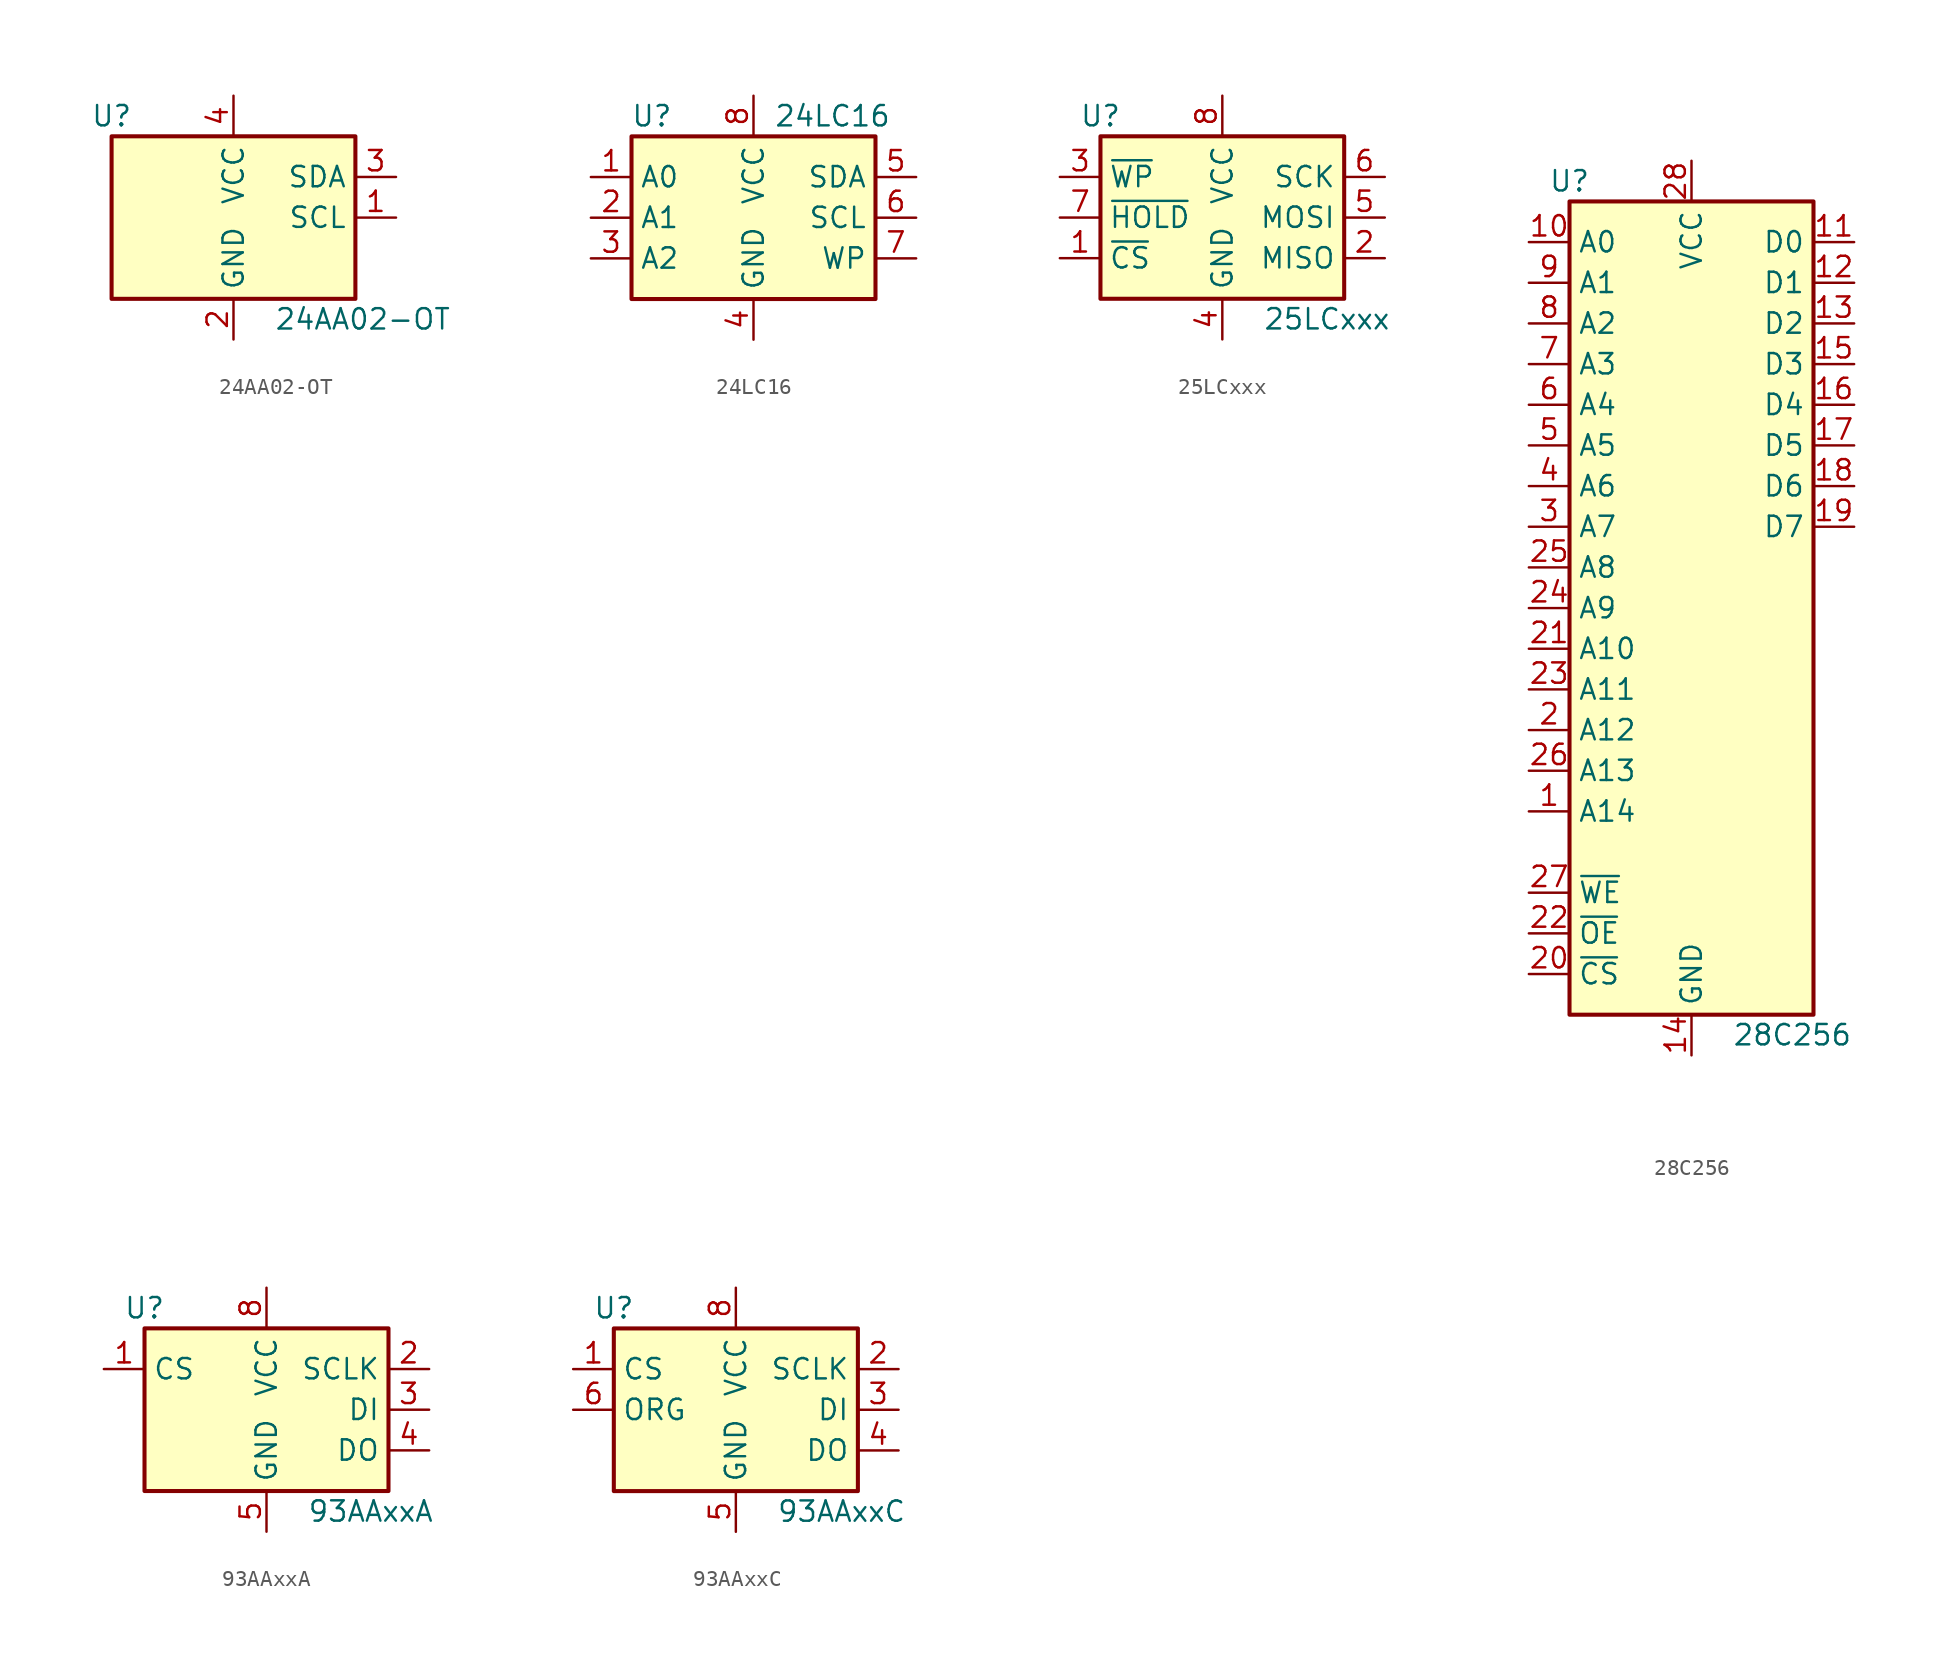
<source format=kicad_sym>
(kicad_symbol_lib
  (version 20200908)
  (generator kicad_symbol_editor)
  (symbol "Memory_EEPROM:24AA02-OT"
    (property "Reference" "U"
      (at -7.62 6.35 0)
      (effects (font (size 1.27 1.27))))
    (property "Value" "24AA02-OT"
      (at 2.54 -6.35 0)
      (effects (font (size 1.27 1.27)) (justify left)))
    (symbol "24AA02-OT_1_1"
      (rectangle (start -7.62 5.08) (end 7.62 -5.08) (stroke (width 0.254)) (fill (type background)))
      (pin input line (at 10.16 0 180) (length 2.54) (name "SCL" (effects (font (size 1.27 1.27)))) (number "1" (effects (font (size 1.27 1.27)))))
      (pin power_in line (at 0 -7.62 90) (length 2.54) (name "GND" (effects (font (size 1.27 1.27)))) (number "2" (effects (font (size 1.27 1.27)))))
      (pin bidirectional line (at 10.16 2.54 180) (length 2.54) (name "SDA" (effects (font (size 1.27 1.27)))) (number "3" (effects (font (size 1.27 1.27)))))
      (pin power_in line (at 0 7.62 270) (length 2.54) (name "VCC" (effects (font (size 1.27 1.27)))) (number "4" (effects (font (size 1.27 1.27)))))
      (pin unconnected line (at 7.62 -2.54 180) (length 2.54) hide (name "NC" (effects (font (size 1.27 1.27)))) (number "5" (effects (font (size 1.27 1.27)))))))
  (symbol "Memory_EEPROM:24LC16"
    (property "Reference" "U"
      (at -6.35 6.35 0)
      (effects (font (size 1.27 1.27))))
    (property "Value" "24LC16"
      (at 1.27 6.35 0)
      (effects (font (size 1.27 1.27)) (justify left)))
    (symbol "24LC16_1_1"
      (rectangle (start -7.62 5.08) (end 7.62 -5.08) (stroke (width 0.254)) (fill (type background)))
      (pin input line (at -10.16 2.54 0) (length 2.54) (name "A0" (effects (font (size 1.27 1.27)))) (number "1" (effects (font (size 1.27 1.27)))))
      (pin input line (at -10.16 0 0) (length 2.54) (name "A1" (effects (font (size 1.27 1.27)))) (number "2" (effects (font (size 1.27 1.27)))))
      (pin input line (at -10.16 -2.54 0) (length 2.54) (name "A2" (effects (font (size 1.27 1.27)))) (number "3" (effects (font (size 1.27 1.27)))))
      (pin power_in line (at 0 -7.62 90) (length 2.54) (name "GND" (effects (font (size 1.27 1.27)))) (number "4" (effects (font (size 1.27 1.27)))))
      (pin bidirectional line (at 10.16 2.54 180) (length 2.54) (name "SDA" (effects (font (size 1.27 1.27)))) (number "5" (effects (font (size 1.27 1.27)))))
      (pin input line (at 10.16 0 180) (length 2.54) (name "SCL" (effects (font (size 1.27 1.27)))) (number "6" (effects (font (size 1.27 1.27)))))
      (pin input line (at 10.16 -2.54 180) (length 2.54) (name "WP" (effects (font (size 1.27 1.27)))) (number "7" (effects (font (size 1.27 1.27)))))
      (pin power_in line (at 0 7.62 270) (length 2.54) (name "VCC" (effects (font (size 1.27 1.27)))) (number "8" (effects (font (size 1.27 1.27)))))))
  (symbol "Memory_EEPROM:25LCxxx"
    (property "Reference" "U"
      (at -7.62 6.35 0)
      (effects (font (size 1.27 1.27))))
    (property "Value" "25LCxxx"
      (at 2.54 -6.35 0)
      (effects (font (size 1.27 1.27)) (justify left)))
    (symbol "25LCxxx_1_1"
      (rectangle (start -7.62 5.08) (end 7.62 -5.08) (stroke (width 0.254)) (fill (type background)))
      (pin input line (at -10.16 -2.54 0) (length 2.54) (name "~CS" (effects (font (size 1.27 1.27)))) (number "1" (effects (font (size 1.27 1.27)))))
      (pin tri_state line (at 10.16 -2.54 180) (length 2.54) (name "MISO" (effects (font (size 1.27 1.27)))) (number "2" (effects (font (size 1.27 1.27)))))
      (pin input line (at -10.16 2.54 0) (length 2.54) (name "~WP" (effects (font (size 1.27 1.27)))) (number "3" (effects (font (size 1.27 1.27)))))
      (pin power_in line (at 0 -7.62 90) (length 2.54) (name "GND" (effects (font (size 1.27 1.27)))) (number "4" (effects (font (size 1.27 1.27)))))
      (pin input line (at 10.16 0 180) (length 2.54) (name "MOSI" (effects (font (size 1.27 1.27)))) (number "5" (effects (font (size 1.27 1.27)))))
      (pin input line (at 10.16 2.54 180) (length 2.54) (name "SCK" (effects (font (size 1.27 1.27)))) (number "6" (effects (font (size 1.27 1.27)))))
      (pin input line (at -10.16 0 0) (length 2.54) (name "~HOLD" (effects (font (size 1.27 1.27)))) (number "7" (effects (font (size 1.27 1.27)))))
      (pin power_in line (at 0 7.62 270) (length 2.54) (name "VCC" (effects (font (size 1.27 1.27)))) (number "8" (effects (font (size 1.27 1.27)))))))
  (symbol "Memory_EEPROM:28C256"
    (property "Reference" "U"
      (at -7.62 26.67 0)
      (effects (font (size 1.27 1.27))))
    (property "Value" "28C256"
      (at 2.54 -26.67 0)
      (effects (font (size 1.27 1.27)) (justify left)))
    (symbol "28C256_1_1"
      (rectangle (start -7.62 25.4) (end 7.62 -25.4) (stroke (width 0.254)) (fill (type background)))
      (pin input line (at -10.16 -12.7 0) (length 2.54) (name "A14" (effects (font (size 1.27 1.27)))) (number "1" (effects (font (size 1.27 1.27)))))
      (pin input line (at -10.16 22.86 0) (length 2.54) (name "A0" (effects (font (size 1.27 1.27)))) (number "10" (effects (font (size 1.27 1.27)))))
      (pin tri_state line (at 10.16 22.86 180) (length 2.54) (name "D0" (effects (font (size 1.27 1.27)))) (number "11" (effects (font (size 1.27 1.27)))))
      (pin tri_state line (at 10.16 20.32 180) (length 2.54) (name "D1" (effects (font (size 1.27 1.27)))) (number "12" (effects (font (size 1.27 1.27)))))
      (pin tri_state line (at 10.16 17.78 180) (length 2.54) (name "D2" (effects (font (size 1.27 1.27)))) (number "13" (effects (font (size 1.27 1.27)))))
      (pin power_in line (at 0 -27.94 90) (length 2.54) (name "GND" (effects (font (size 1.27 1.27)))) (number "14" (effects (font (size 1.27 1.27)))))
      (pin tri_state line (at 10.16 15.24 180) (length 2.54) (name "D3" (effects (font (size 1.27 1.27)))) (number "15" (effects (font (size 1.27 1.27)))))
      (pin tri_state line (at 10.16 12.7 180) (length 2.54) (name "D4" (effects (font (size 1.27 1.27)))) (number "16" (effects (font (size 1.27 1.27)))))
      (pin tri_state line (at 10.16 10.16 180) (length 2.54) (name "D5" (effects (font (size 1.27 1.27)))) (number "17" (effects (font (size 1.27 1.27)))))
      (pin tri_state line (at 10.16 7.62 180) (length 2.54) (name "D6" (effects (font (size 1.27 1.27)))) (number "18" (effects (font (size 1.27 1.27)))))
      (pin tri_state line (at 10.16 5.08 180) (length 2.54) (name "D7" (effects (font (size 1.27 1.27)))) (number "19" (effects (font (size 1.27 1.27)))))
      (pin input line (at -10.16 -7.62 0) (length 2.54) (name "A12" (effects (font (size 1.27 1.27)))) (number "2" (effects (font (size 1.27 1.27)))))
      (pin input line (at -10.16 -22.86 0) (length 2.54) (name "~CS" (effects (font (size 1.27 1.27)))) (number "20" (effects (font (size 1.27 1.27)))))
      (pin input line (at -10.16 -2.54 0) (length 2.54) (name "A10" (effects (font (size 1.27 1.27)))) (number "21" (effects (font (size 1.27 1.27)))))
      (pin input line (at -10.16 -20.32 0) (length 2.54) (name "~OE" (effects (font (size 1.27 1.27)))) (number "22" (effects (font (size 1.27 1.27)))))
      (pin input line (at -10.16 -5.08 0) (length 2.54) (name "A11" (effects (font (size 1.27 1.27)))) (number "23" (effects (font (size 1.27 1.27)))))
      (pin input line (at -10.16 0 0) (length 2.54) (name "A9" (effects (font (size 1.27 1.27)))) (number "24" (effects (font (size 1.27 1.27)))))
      (pin input line (at -10.16 2.54 0) (length 2.54) (name "A8" (effects (font (size 1.27 1.27)))) (number "25" (effects (font (size 1.27 1.27)))))
      (pin input line (at -10.16 -10.16 0) (length 2.54) (name "A13" (effects (font (size 1.27 1.27)))) (number "26" (effects (font (size 1.27 1.27)))))
      (pin input line (at -10.16 -17.78 0) (length 2.54) (name "~WE" (effects (font (size 1.27 1.27)))) (number "27" (effects (font (size 1.27 1.27)))))
      (pin power_in line (at 0 27.94 270) (length 2.54) (name "VCC" (effects (font (size 1.27 1.27)))) (number "28" (effects (font (size 1.27 1.27)))))
      (pin input line (at -10.16 5.08 0) (length 2.54) (name "A7" (effects (font (size 1.27 1.27)))) (number "3" (effects (font (size 1.27 1.27)))))
      (pin input line (at -10.16 7.62 0) (length 2.54) (name "A6" (effects (font (size 1.27 1.27)))) (number "4" (effects (font (size 1.27 1.27)))))
      (pin input line (at -10.16 10.16 0) (length 2.54) (name "A5" (effects (font (size 1.27 1.27)))) (number "5" (effects (font (size 1.27 1.27)))))
      (pin input line (at -10.16 12.7 0) (length 2.54) (name "A4" (effects (font (size 1.27 1.27)))) (number "6" (effects (font (size 1.27 1.27)))))
      (pin input line (at -10.16 15.24 0) (length 2.54) (name "A3" (effects (font (size 1.27 1.27)))) (number "7" (effects (font (size 1.27 1.27)))))
      (pin input line (at -10.16 17.78 0) (length 2.54) (name "A2" (effects (font (size 1.27 1.27)))) (number "8" (effects (font (size 1.27 1.27)))))
      (pin input line (at -10.16 20.32 0) (length 2.54) (name "A1" (effects (font (size 1.27 1.27)))) (number "9" (effects (font (size 1.27 1.27)))))))
  (symbol "Memory_EEPROM:93AAxxA"
    (property "Reference" "U"
      (at -7.62 6.35 0)
      (effects (font (size 1.27 1.27))))
    (property "Value" "93AAxxA"
      (at 2.54 -6.35 0)
      (effects (font (size 1.27 1.27)) (justify left)))
    (symbol "93AAxxA_1_1"
      (rectangle (start -7.62 5.08) (end 7.62 -5.08) (stroke (width 0.254)) (fill (type background)))
      (pin input line (at -10.16 2.54 0) (length 2.54) (name "CS" (effects (font (size 1.27 1.27)))) (number "1" (effects (font (size 1.27 1.27)))))
      (pin input line (at 10.16 2.54 180) (length 2.54) (name "SCLK" (effects (font (size 1.27 1.27)))) (number "2" (effects (font (size 1.27 1.27)))))
      (pin input line (at 10.16 0 180) (length 2.54) (name "DI" (effects (font (size 1.27 1.27)))) (number "3" (effects (font (size 1.27 1.27)))))
      (pin tri_state line (at 10.16 -2.54 180) (length 2.54) (name "DO" (effects (font (size 1.27 1.27)))) (number "4" (effects (font (size 1.27 1.27)))))
      (pin power_in line (at 0 -7.62 90) (length 2.54) (name "GND" (effects (font (size 1.27 1.27)))) (number "5" (effects (font (size 1.27 1.27)))))
      (pin unconnected line (at -7.62 0 0) (length 2.54) hide (name "NC" (effects (font (size 1.27 1.27)))) (number "6" (effects (font (size 1.27 1.27)))))
      (pin unconnected line (at -7.62 -2.54 0) (length 2.54) hide (name "NC" (effects (font (size 1.27 1.27)))) (number "7" (effects (font (size 1.27 1.27)))))
      (pin power_in line (at 0 7.62 270) (length 2.54) (name "VCC" (effects (font (size 1.27 1.27)))) (number "8" (effects (font (size 1.27 1.27)))))))
  (symbol "Memory_EEPROM:93AAxxC"
    (property "Reference" "U"
      (at -7.62 6.35 0)
      (effects (font (size 1.27 1.27))))
    (property "Value" "93AAxxC"
      (at 2.54 -6.35 0)
      (effects (font (size 1.27 1.27)) (justify left)))
    (symbol "93AAxxC_1_1"
      (rectangle (start -7.62 5.08) (end 7.62 -5.08) (stroke (width 0.254)) (fill (type background)))
      (pin input line (at -10.16 2.54 0) (length 2.54) (name "CS" (effects (font (size 1.27 1.27)))) (number "1" (effects (font (size 1.27 1.27)))))
      (pin input line (at 10.16 2.54 180) (length 2.54) (name "SCLK" (effects (font (size 1.27 1.27)))) (number "2" (effects (font (size 1.27 1.27)))))
      (pin input line (at 10.16 0 180) (length 2.54) (name "DI" (effects (font (size 1.27 1.27)))) (number "3" (effects (font (size 1.27 1.27)))))
      (pin tri_state line (at 10.16 -2.54 180) (length 2.54) (name "DO" (effects (font (size 1.27 1.27)))) (number "4" (effects (font (size 1.27 1.27)))))
      (pin power_in line (at 0 -7.62 90) (length 2.54) (name "GND" (effects (font (size 1.27 1.27)))) (number "5" (effects (font (size 1.27 1.27)))))
      (pin input line (at -10.16 0 0) (length 2.54) (name "ORG" (effects (font (size 1.27 1.27)))) (number "6" (effects (font (size 1.27 1.27)))))
      (pin unconnected line (at -7.62 -2.54 0) (length 2.54) hide (name "NC" (effects (font (size 1.27 1.27)))) (number "7" (effects (font (size 1.27 1.27)))))
      (pin power_in line (at 0 7.62 270) (length 2.54) (name "VCC" (effects (font (size 1.27 1.27)))) (number "8" (effects (font (size 1.27 1.27))))))))
</source>
